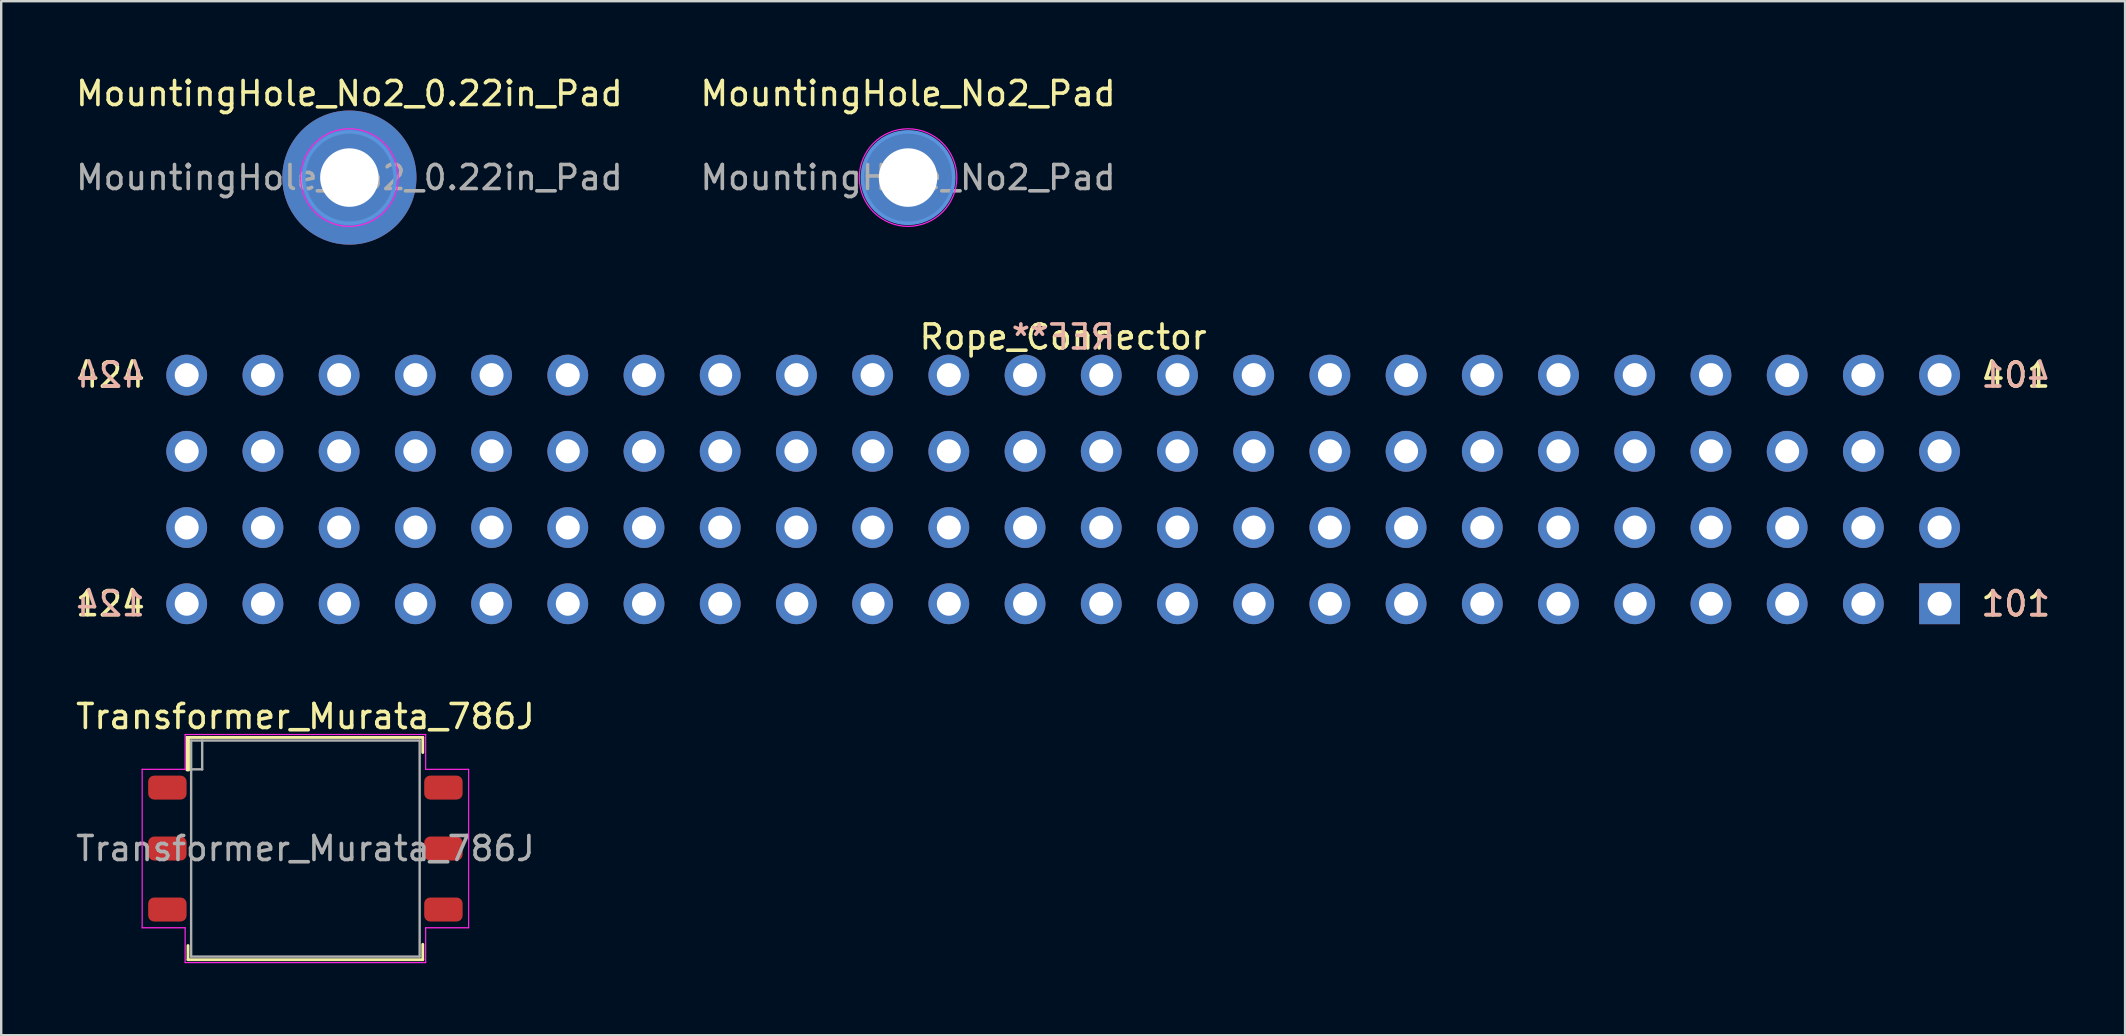
<source format=kicad_pcb>
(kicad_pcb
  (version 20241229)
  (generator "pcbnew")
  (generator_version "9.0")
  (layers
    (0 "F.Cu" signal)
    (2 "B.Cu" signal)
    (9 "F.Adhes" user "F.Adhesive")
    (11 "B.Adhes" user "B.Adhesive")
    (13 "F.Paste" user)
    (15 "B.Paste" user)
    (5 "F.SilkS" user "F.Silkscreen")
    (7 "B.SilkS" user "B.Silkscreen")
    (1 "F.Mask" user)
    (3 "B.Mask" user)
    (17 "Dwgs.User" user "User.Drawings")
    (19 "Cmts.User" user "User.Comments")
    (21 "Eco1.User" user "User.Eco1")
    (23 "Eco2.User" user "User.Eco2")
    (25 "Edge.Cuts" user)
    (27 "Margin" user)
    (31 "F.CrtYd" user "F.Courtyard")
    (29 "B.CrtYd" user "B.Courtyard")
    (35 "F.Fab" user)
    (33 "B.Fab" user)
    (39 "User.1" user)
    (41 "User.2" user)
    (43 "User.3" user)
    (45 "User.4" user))
  (footprint "Transformer_Murata_786J"
    (layer "F.Cu")
    (at 9.673 32.301)
    (property "Reference" "Transformer_Murata_786J" (at 0 -5.5 0) (layer "F.SilkS") (effects (font (size 1 1) (thickness 0.15))))
    (attr smd)
    (fp_line (start -4.93 -4.63) (end -4.93 -3.28) (stroke (width 0.12) (type solid)) (layer "F.SilkS"))
    (fp_line (start -4.93 -4.63) (end 4.89 -4.63) (stroke (width 0.12) (type solid)) (layer "F.SilkS"))
    (fp_line (start -4.93 -3.28) (end -4.87 -3.28) (stroke (width 0.12) (type solid)) (layer "F.SilkS"))
    (fp_line (start -4.89 4.04) (end -4.89 4.63) (stroke (width 0.12) (type solid)) (layer "F.SilkS"))
    (fp_line (start -4.89 4.63) (end 4.89 4.63) (stroke (width 0.12) (type solid)) (layer "F.SilkS"))
    (fp_line (start -4.87 -4.63) (end -4.87 -3.28) (stroke (width 0.12) (type solid)) (layer "F.SilkS"))
    (fp_line (start 4.89 -4.63) (end 4.89 -4) (stroke (width 0.12) (type solid)) (layer "F.SilkS"))
    (fp_line (start 4.89 4.63) (end 4.89 3.99) (stroke (width 0.12) (type solid)) (layer "F.SilkS"))
    (fp_line (start -6.8 -3.3) (end -6.8 3.3) (stroke (width 0.05) (type solid)) (layer "F.CrtYd"))
    (fp_line (start -6.8 3.3) (end -5.01 3.3) (stroke (width 0.05) (type solid)) (layer "F.CrtYd"))
    (fp_line (start -5.01 -4.75) (end -5.01 -3.3) (stroke (width 0.05) (type solid)) (layer "F.CrtYd"))
    (fp_line (start -5.01 -3.3) (end -6.8 -3.3) (stroke (width 0.05) (type solid)) (layer "F.CrtYd"))
    (fp_line (start -5.01 3.3) (end -5.01 4.75) (stroke (width 0.05) (type solid)) (layer "F.CrtYd"))
    (fp_line (start -5.01 4.75) (end 5.01 4.75) (stroke (width 0.05) (type solid)) (layer "F.CrtYd"))
    (fp_line (start 5.01 -4.75) (end -5.01 -4.75) (stroke (width 0.05) (type solid)) (layer "F.CrtYd"))
    (fp_line (start 5.01 -4.75) (end 5.01 -3.3) (stroke (width 0.05) (type solid)) (layer "F.CrtYd"))
    (fp_line (start 5.01 -3.3) (end 6.8 -3.3) (stroke (width 0.05) (type solid)) (layer "F.CrtYd"))
    (fp_line (start 5.01 3.3) (end 6.8 3.3) (stroke (width 0.05) (type solid)) (layer "F.CrtYd"))
    (fp_line (start 5.01 4.75) (end 5.01 3.3) (stroke (width 0.05) (type solid)) (layer "F.CrtYd"))
    (fp_line (start 6.8 3.3) (end 6.8 -3.3) (stroke (width 0.05) (type solid)) (layer "F.CrtYd"))
    (fp_line (start -4.76 -4.5) (end -4.76 4.5) (stroke (width 0.1) (type solid)) (layer "F.Fab"))
    (fp_line (start -4.76 4.5) (end 4.76 4.5) (stroke (width 0.1) (type solid)) (layer "F.Fab"))
    (fp_line (start -4.3 -3.3) (end -4.76 -3.3) (stroke (width 0.1) (type solid)) (layer "F.Fab"))
    (fp_line (start -4.3 -3.3) (end -4.3 -4.5) (stroke (width 0.1) (type solid)) (layer "F.Fab"))
    (fp_line (start 4.76 -4.5) (end -4.76 -4.5) (stroke (width 0.1) (type solid)) (layer "F.Fab"))
    (fp_line (start 4.76 -4.5) (end 4.76 4.5) (stroke (width 0.1) (type solid)) (layer "F.Fab"))
    (fp_text user "${REFERENCE}" (at 0 0 0) (layer "F.Fab") (effects (font (size 1 1) (thickness 0.15))))
    (pad "1" smd roundrect (at -5.75 -2.54) (size 1.6 1) (layers "F.Cu" "F.Mask" "F.Paste") (roundrect_rratio 0.25))
    (pad "2" smd roundrect (at -5.75 0) (size 1.6 1) (layers "F.Cu" "F.Mask" "F.Paste") (roundrect_rratio 0.25))
    (pad "3" smd roundrect (at -5.75 2.54) (size 1.6 1) (layers "F.Cu" "F.Mask" "F.Paste") (roundrect_rratio 0.25))
    (pad "4" smd roundrect (at 5.75 -2.54) (size 1.6 1) (layers "F.Cu" "F.Mask" "F.Paste") (roundrect_rratio 0.25))
    (pad "5" smd roundrect (at 5.75 0) (size 1.6 1) (layers "F.Cu" "F.Mask" "F.Paste") (roundrect_rratio 0.25))
    (pad "6" smd roundrect (at 5.75 2.54) (size 1.6 1) (layers "F.Cu" "F.Mask" "F.Paste") (roundrect_rratio 0.25)))
  (footprint "MountingHole_No2_0.22in_Pad"
    (layer "F.Cu")
    (at 11.506 4.348)
    (property "Reference" "MountingHole_No2_0.22in_Pad" (at 0 -3.5 0) (layer "F.SilkS") (effects (font (size 1 1) (thickness 0.15))))
    (attr exclude_from_pos_files exclude_from_bom)
    (fp_circle (center 0 0) (end 1.905 0) (stroke (width 0.15) (type solid)) (fill no) (layer "Cmts.User"))
    (fp_circle (center 0 0) (end 2.032 0) (stroke (width 0.05) (type solid)) (fill no) (layer "F.CrtYd"))
    (fp_text user "${REFERENCE}" (at 0 0 0) (layer "F.Fab") (effects (font (size 1 1) (thickness 0.15))))
    (pad "1" thru_hole circle (at 0 0) (size 5.588 5.588) (drill 2.438) (layers "*.Cu" "*.Mask")))
  (footprint "MountingHole_No2_Pad"
    (layer "F.Cu")
    (at 34.78 4.348)
    (property "Reference" "MountingHole_No2_Pad" (at 0 -3.5 0) (layer "F.SilkS") (effects (font (size 1 1) (thickness 0.15))))
    (attr exclude_from_pos_files exclude_from_bom)
    (fp_circle (center 0 0) (end 1.905 0) (stroke (width 0.15) (type solid)) (fill no) (layer "Cmts.User"))
    (fp_circle (center 0 0) (end 2.032 0) (stroke (width 0.05) (type solid)) (fill no) (layer "F.CrtYd"))
    (fp_text user "${REFERENCE}" (at 0 0 0) (layer "F.Fab") (effects (font (size 1 1) (thickness 0.15))))
    (pad "1" thru_hole circle (at 0 0) (size 3.81 3.81) (drill 2.438) (layers "*.Cu" "*.Mask")))
  (footprint "Rope_Connector"
    (layer "F.Cu")
    (at 41.241 17.34)
    (property "Reference" "Rope_Connector" (at 0 -6.35 0) (layer "F.SilkS") (effects (font (size 1 1) (thickness 0.15))))
    (attr through_hole)
    (fp_text user "401" (at 39.688 -4.763 0) (layer "F.SilkS") (effects (font (size 1 1) (thickness 0.15))))
    (fp_text user "101" (at 39.688 4.763 0) (layer "F.SilkS") (effects (font (size 1 1) (thickness 0.15))))
    (fp_text user "424" (at -39.688 -4.763 0) (layer "F.SilkS") (effects (font (size 1 1) (thickness 0.15))))
    (fp_text user "124" (at -39.688 4.763 0) (layer "F.SilkS") (effects (font (size 1 1) (thickness 0.15))))
    (fp_text user "124" (at -39.688 4.763 0) (layer "B.SilkS") (effects (font (size 1 1) (thickness 0.15)) (justify mirror)))
    (fp_text user "401" (at 39.688 -4.763 180) (layer "B.SilkS") (effects (font (size 1 1) (thickness 0.15)) (justify mirror)))
    (fp_text user "424" (at -39.688 -4.763 0) (layer "B.SilkS") (effects (font (size 1 1) (thickness 0.15)) (justify mirror)))
    (fp_text user "101" (at 39.688 4.763 0) (layer "B.SilkS") (effects (font (size 1 1) (thickness 0.15)) (justify mirror)))
    (fp_text user "REF**" (at 0 -6.35 0) (layer "B.SilkS") (effects (font (size 1 1) (thickness 0.15)) (justify mirror)))
    (pad "101" thru_hole rect (at 36.513 4.763) (size 1.7 1.7) (drill 1) (layers "*.Cu" "*.Mask"))
    (pad "102" thru_hole circle (at 33.337 4.763) (size 1.7 1.7) (drill 1) (layers "*.Cu" "*.Mask"))
    (pad "103" thru_hole circle (at 30.163 4.763) (size 1.7 1.7) (drill 1) (layers "*.Cu" "*.Mask"))
    (pad "104" thru_hole circle (at 26.988 4.763) (size 1.7 1.7) (drill 1) (layers "*.Cu" "*.Mask"))
    (pad "105" thru_hole circle (at 23.812 4.763) (size 1.7 1.7) (drill 1) (layers "*.Cu" "*.Mask"))
    (pad "106" thru_hole circle (at 20.637 4.763) (size 1.7 1.7) (drill 1) (layers "*.Cu" "*.Mask"))
    (pad "107" thru_hole circle (at 17.462 4.763) (size 1.7 1.7) (drill 1) (layers "*.Cu" "*.Mask"))
    (pad "108" thru_hole circle (at 14.287 4.763) (size 1.7 1.7) (drill 1) (layers "*.Cu" "*.Mask"))
    (pad "109" thru_hole circle (at 11.113 4.763) (size 1.7 1.7) (drill 1) (layers "*.Cu" "*.Mask"))
    (pad "110" thru_hole circle (at 7.938 4.763) (size 1.7 1.7) (drill 1) (layers "*.Cu" "*.Mask"))
    (pad "111" thru_hole circle (at 4.763 4.763) (size 1.7 1.7) (drill 1) (layers "*.Cu" "*.Mask"))
    (pad "112" thru_hole circle (at 1.587 4.763) (size 1.7 1.7) (drill 1) (layers "*.Cu" "*.Mask"))
    (pad "113" thru_hole circle (at -1.587 4.763) (size 1.7 1.7) (drill 1) (layers "*.Cu" "*.Mask"))
    (pad "114" thru_hole circle (at -4.763 4.763) (size 1.7 1.7) (drill 1) (layers "*.Cu" "*.Mask"))
    (pad "115" thru_hole circle (at -7.938 4.763) (size 1.7 1.7) (drill 1) (layers "*.Cu" "*.Mask"))
    (pad "116" thru_hole circle (at -11.113 4.763) (size 1.7 1.7) (drill 1) (layers "*.Cu" "*.Mask"))
    (pad "117" thru_hole circle (at -14.287 4.763) (size 1.7 1.7) (drill 1) (layers "*.Cu" "*.Mask"))
    (pad "118" thru_hole circle (at -17.462 4.763) (size 1.7 1.7) (drill 1) (layers "*.Cu" "*.Mask"))
    (pad "119" thru_hole circle (at -20.637 4.763) (size 1.7 1.7) (drill 1) (layers "*.Cu" "*.Mask"))
    (pad "120" thru_hole circle (at -23.812 4.763) (size 1.7 1.7) (drill 1) (layers "*.Cu" "*.Mask"))
    (pad "121" thru_hole circle (at -26.988 4.763) (size 1.7 1.7) (drill 1) (layers "*.Cu" "*.Mask"))
    (pad "122" thru_hole circle (at -30.163 4.763) (size 1.7 1.7) (drill 1) (layers "*.Cu" "*.Mask"))
    (pad "123" thru_hole circle (at -33.337 4.763) (size 1.7 1.7) (drill 1) (layers "*.Cu" "*.Mask"))
    (pad "124" thru_hole circle (at -36.513 4.763) (size 1.7 1.7) (drill 1) (layers "*.Cu" "*.Mask"))
    (pad "201" thru_hole circle (at 36.513 1.587) (size 1.7 1.7) (drill 1) (layers "*.Cu" "*.Mask"))
    (pad "202" thru_hole circle (at 33.337 1.587) (size 1.7 1.7) (drill 1) (layers "*.Cu" "*.Mask"))
    (pad "203" thru_hole circle (at 30.163 1.587) (size 1.7 1.7) (drill 1) (layers "*.Cu" "*.Mask"))
    (pad "204" thru_hole circle (at 26.988 1.587) (size 1.7 1.7) (drill 1) (layers "*.Cu" "*.Mask"))
    (pad "205" thru_hole circle (at 23.812 1.587) (size 1.7 1.7) (drill 1) (layers "*.Cu" "*.Mask"))
    (pad "206" thru_hole circle (at 20.637 1.587) (size 1.7 1.7) (drill 1) (layers "*.Cu" "*.Mask"))
    (pad "207" thru_hole circle (at 17.462 1.587) (size 1.7 1.7) (drill 1) (layers "*.Cu" "*.Mask"))
    (pad "208" thru_hole circle (at 14.287 1.587) (size 1.7 1.7) (drill 1) (layers "*.Cu" "*.Mask"))
    (pad "209" thru_hole circle (at 11.113 1.587) (size 1.7 1.7) (drill 1) (layers "*.Cu" "*.Mask"))
    (pad "210" thru_hole circle (at 7.938 1.587) (size 1.7 1.7) (drill 1) (layers "*.Cu" "*.Mask"))
    (pad "211" thru_hole circle (at 4.763 1.587) (size 1.7 1.7) (drill 1) (layers "*.Cu" "*.Mask"))
    (pad "212" thru_hole circle (at 1.587 1.587) (size 1.7 1.7) (drill 1) (layers "*.Cu" "*.Mask"))
    (pad "213" thru_hole circle (at -1.587 1.587) (size 1.7 1.7) (drill 1) (layers "*.Cu" "*.Mask"))
    (pad "214" thru_hole circle (at -4.763 1.587) (size 1.7 1.7) (drill 1) (layers "*.Cu" "*.Mask"))
    (pad "215" thru_hole circle (at -7.938 1.587) (size 1.7 1.7) (drill 1) (layers "*.Cu" "*.Mask"))
    (pad "216" thru_hole circle (at -11.113 1.587) (size 1.7 1.7) (drill 1) (layers "*.Cu" "*.Mask"))
    (pad "217" thru_hole circle (at -14.287 1.587) (size 1.7 1.7) (drill 1) (layers "*.Cu" "*.Mask"))
    (pad "218" thru_hole circle (at -17.462 1.587) (size 1.7 1.7) (drill 1) (layers "*.Cu" "*.Mask"))
    (pad "219" thru_hole circle (at -20.637 1.587) (size 1.7 1.7) (drill 1) (layers "*.Cu" "*.Mask"))
    (pad "220" thru_hole circle (at -23.812 1.587) (size 1.7 1.7) (drill 1) (layers "*.Cu" "*.Mask"))
    (pad "221" thru_hole circle (at -26.988 1.587) (size 1.7 1.7) (drill 1) (layers "*.Cu" "*.Mask"))
    (pad "222" thru_hole circle (at -30.163 1.587) (size 1.7 1.7) (drill 1) (layers "*.Cu" "*.Mask"))
    (pad "223" thru_hole circle (at -33.337 1.587) (size 1.7 1.7) (drill 1) (layers "*.Cu" "*.Mask"))
    (pad "224" thru_hole circle (at -36.513 1.587) (size 1.7 1.7) (drill 1) (layers "*.Cu" "*.Mask"))
    (pad "301" thru_hole circle (at 36.513 -1.587) (size 1.7 1.7) (drill 1) (layers "*.Cu" "*.Mask"))
    (pad "302" thru_hole circle (at 33.337 -1.587) (size 1.7 1.7) (drill 1) (layers "*.Cu" "*.Mask"))
    (pad "303" thru_hole circle (at 30.163 -1.587) (size 1.7 1.7) (drill 1) (layers "*.Cu" "*.Mask"))
    (pad "304" thru_hole circle (at 26.988 -1.587) (size 1.7 1.7) (drill 1) (layers "*.Cu" "*.Mask"))
    (pad "305" thru_hole circle (at 23.812 -1.587) (size 1.7 1.7) (drill 1) (layers "*.Cu" "*.Mask"))
    (pad "306" thru_hole circle (at 20.637 -1.587) (size 1.7 1.7) (drill 1) (layers "*.Cu" "*.Mask"))
    (pad "307" thru_hole circle (at 17.462 -1.587) (size 1.7 1.7) (drill 1) (layers "*.Cu" "*.Mask"))
    (pad "308" thru_hole circle (at 14.287 -1.587) (size 1.7 1.7) (drill 1) (layers "*.Cu" "*.Mask"))
    (pad "309" thru_hole circle (at 11.113 -1.587) (size 1.7 1.7) (drill 1) (layers "*.Cu" "*.Mask"))
    (pad "310" thru_hole circle (at 7.938 -1.587) (size 1.7 1.7) (drill 1) (layers "*.Cu" "*.Mask"))
    (pad "311" thru_hole circle (at 4.763 -1.587) (size 1.7 1.7) (drill 1) (layers "*.Cu" "*.Mask"))
    (pad "312" thru_hole circle (at 1.587 -1.587) (size 1.7 1.7) (drill 1) (layers "*.Cu" "*.Mask"))
    (pad "313" thru_hole circle (at -1.587 -1.587) (size 1.7 1.7) (drill 1) (layers "*.Cu" "*.Mask"))
    (pad "314" thru_hole circle (at -4.763 -1.587) (size 1.7 1.7) (drill 1) (layers "*.Cu" "*.Mask"))
    (pad "315" thru_hole circle (at -7.938 -1.587) (size 1.7 1.7) (drill 1) (layers "*.Cu" "*.Mask"))
    (pad "316" thru_hole circle (at -11.113 -1.587) (size 1.7 1.7) (drill 1) (layers "*.Cu" "*.Mask"))
    (pad "317" thru_hole circle (at -14.287 -1.587) (size 1.7 1.7) (drill 1) (layers "*.Cu" "*.Mask"))
    (pad "318" thru_hole circle (at -17.462 -1.587) (size 1.7 1.7) (drill 1) (layers "*.Cu" "*.Mask"))
    (pad "319" thru_hole circle (at -20.637 -1.587) (size 1.7 1.7) (drill 1) (layers "*.Cu" "*.Mask"))
    (pad "320" thru_hole circle (at -23.812 -1.587) (size 1.7 1.7) (drill 1) (layers "*.Cu" "*.Mask"))
    (pad "321" thru_hole circle (at -26.988 -1.587) (size 1.7 1.7) (drill 1) (layers "*.Cu" "*.Mask"))
    (pad "322" thru_hole circle (at -30.163 -1.587) (size 1.7 1.7) (drill 1) (layers "*.Cu" "*.Mask"))
    (pad "323" thru_hole circle (at -33.337 -1.587) (size 1.7 1.7) (drill 1) (layers "*.Cu" "*.Mask"))
    (pad "324" thru_hole circle (at -36.513 -1.587) (size 1.7 1.7) (drill 1) (layers "*.Cu" "*.Mask"))
    (pad "401" thru_hole circle (at 36.513 -4.763) (size 1.7 1.7) (drill 1) (layers "*.Cu" "*.Mask"))
    (pad "402" thru_hole circle (at 33.337 -4.763) (size 1.7 1.7) (drill 1) (layers "*.Cu" "*.Mask"))
    (pad "403" thru_hole circle (at 30.163 -4.763) (size 1.7 1.7) (drill 1) (layers "*.Cu" "*.Mask"))
    (pad "404" thru_hole circle (at 26.988 -4.763) (size 1.7 1.7) (drill 1) (layers "*.Cu" "*.Mask"))
    (pad "405" thru_hole circle (at 23.812 -4.763) (size 1.7 1.7) (drill 1) (layers "*.Cu" "*.Mask"))
    (pad "406" thru_hole circle (at 20.637 -4.763) (size 1.7 1.7) (drill 1) (layers "*.Cu" "*.Mask"))
    (pad "407" thru_hole circle (at 17.462 -4.763) (size 1.7 1.7) (drill 1) (layers "*.Cu" "*.Mask"))
    (pad "408" thru_hole circle (at 14.287 -4.763) (size 1.7 1.7) (drill 1) (layers "*.Cu" "*.Mask"))
    (pad "409" thru_hole circle (at 11.113 -4.763) (size 1.7 1.7) (drill 1) (layers "*.Cu" "*.Mask"))
    (pad "410" thru_hole circle (at 7.938 -4.763) (size 1.7 1.7) (drill 1) (layers "*.Cu" "*.Mask"))
    (pad "411" thru_hole circle (at 4.763 -4.763) (size 1.7 1.7) (drill 1) (layers "*.Cu" "*.Mask"))
    (pad "412" thru_hole circle (at 1.587 -4.763) (size 1.7 1.7) (drill 1) (layers "*.Cu" "*.Mask"))
    (pad "413" thru_hole circle (at -1.587 -4.763) (size 1.7 1.7) (drill 1) (layers "*.Cu" "*.Mask"))
    (pad "414" thru_hole circle (at -4.763 -4.763) (size 1.7 1.7) (drill 1) (layers "*.Cu" "*.Mask"))
    (pad "415" thru_hole circle (at -7.938 -4.763) (size 1.7 1.7) (drill 1) (layers "*.Cu" "*.Mask"))
    (pad "416" thru_hole circle (at -11.113 -4.763) (size 1.7 1.7) (drill 1) (layers "*.Cu" "*.Mask"))
    (pad "417" thru_hole circle (at -14.287 -4.763) (size 1.7 1.7) (drill 1) (layers "*.Cu" "*.Mask"))
    (pad "418" thru_hole circle (at -17.462 -4.763) (size 1.7 1.7) (drill 1) (layers "*.Cu" "*.Mask"))
    (pad "419" thru_hole circle (at -20.637 -4.763) (size 1.7 1.7) (drill 1) (layers "*.Cu" "*.Mask"))
    (pad "420" thru_hole circle (at -23.812 -4.763) (size 1.7 1.7) (drill 1) (layers "*.Cu" "*.Mask"))
    (pad "421" thru_hole circle (at -26.988 -4.763) (size 1.7 1.7) (drill 1) (layers "*.Cu" "*.Mask"))
    (pad "422" thru_hole circle (at -30.163 -4.763) (size 1.7 1.7) (drill 1) (layers "*.Cu" "*.Mask"))
    (pad "423" thru_hole circle (at -33.337 -4.763) (size 1.7 1.7) (drill 1) (layers "*.Cu" "*.Mask"))
    (pad "424" thru_hole circle (at -36.513 -4.763) (size 1.7 1.7) (drill 1) (layers "*.Cu" "*.Mask")))
  (gr_rect
    (start -3 -3)
    (end 85.482 40.076)
    (stroke (width 0.1) (type default))
    (fill no)
    (layer "Edge.Cuts")))
</source>
